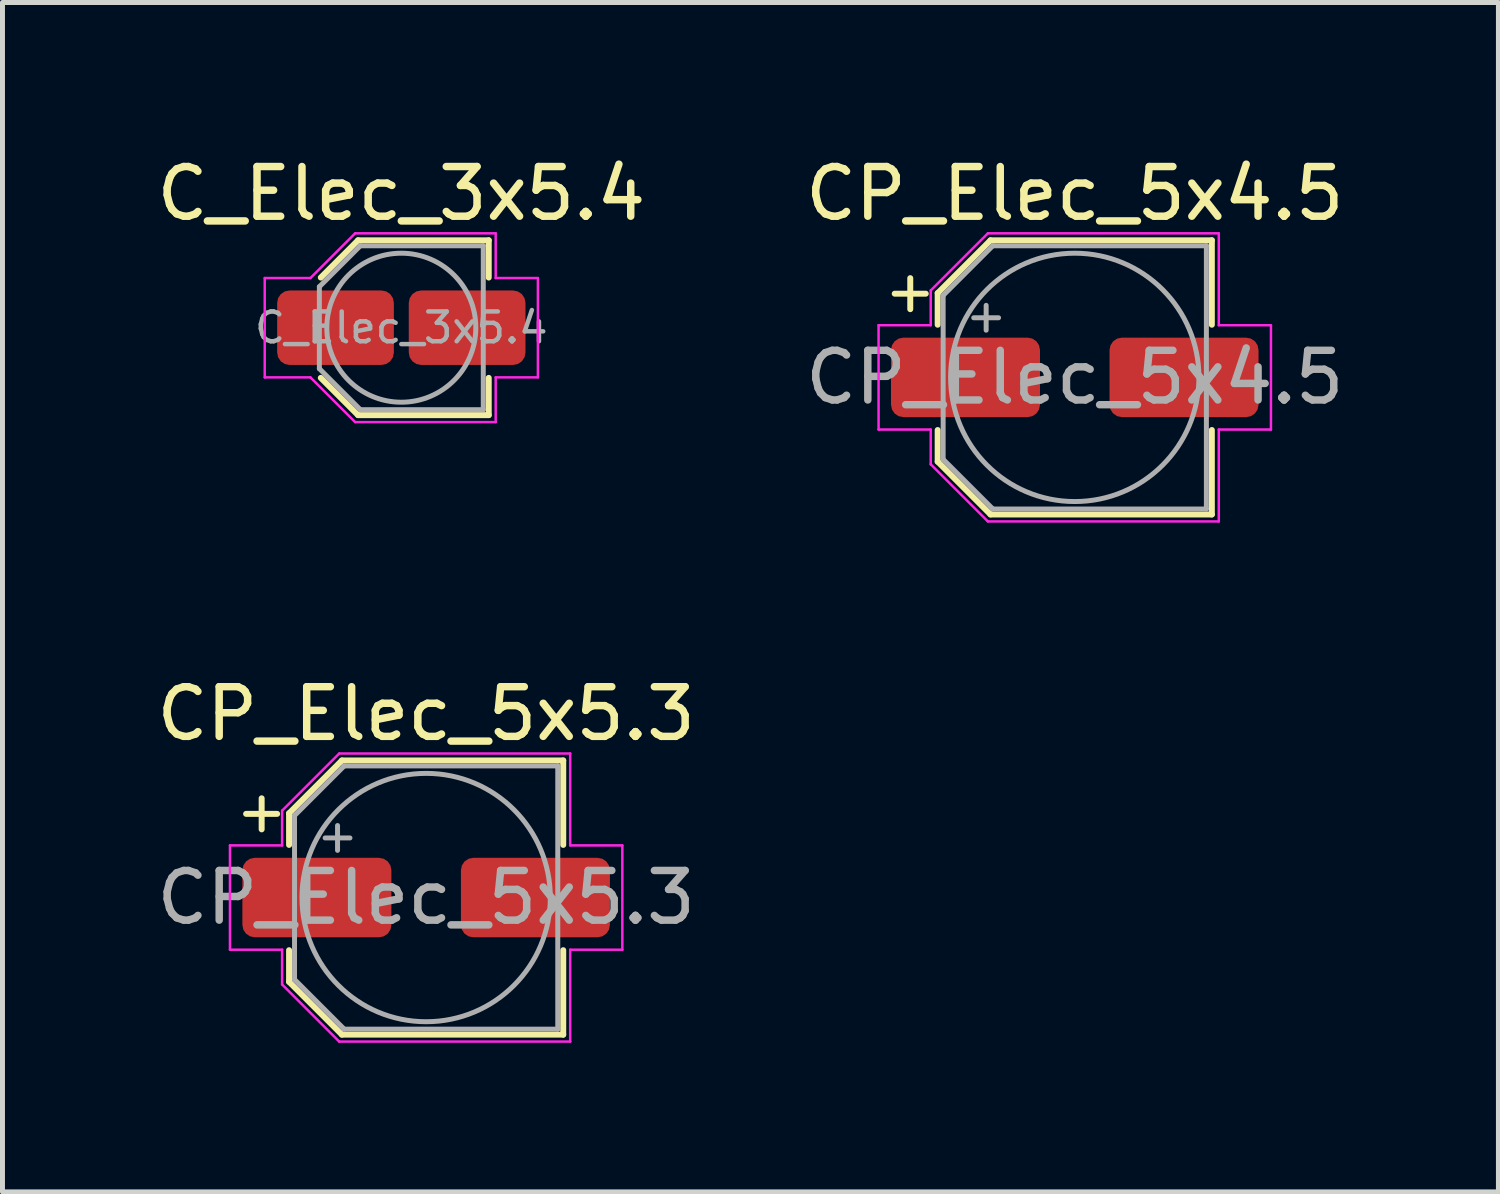
<source format=kicad_pcb>
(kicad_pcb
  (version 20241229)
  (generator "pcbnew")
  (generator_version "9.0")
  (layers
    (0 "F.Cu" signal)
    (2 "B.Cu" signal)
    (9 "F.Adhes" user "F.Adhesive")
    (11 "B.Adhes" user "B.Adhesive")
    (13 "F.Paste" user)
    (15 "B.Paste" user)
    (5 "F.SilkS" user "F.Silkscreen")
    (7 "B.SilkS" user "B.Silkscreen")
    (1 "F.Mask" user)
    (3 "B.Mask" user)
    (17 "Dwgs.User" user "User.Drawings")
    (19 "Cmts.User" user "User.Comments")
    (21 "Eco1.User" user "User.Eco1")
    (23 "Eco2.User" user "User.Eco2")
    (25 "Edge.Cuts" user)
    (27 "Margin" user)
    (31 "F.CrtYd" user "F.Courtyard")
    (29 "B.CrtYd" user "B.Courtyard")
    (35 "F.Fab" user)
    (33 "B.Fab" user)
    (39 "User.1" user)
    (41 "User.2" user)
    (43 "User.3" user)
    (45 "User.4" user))
  (footprint "C_Elec_3x5.4"
    (layer "F.Cu")
    (at 5.03 3.548)
    (property "Reference" "C_Elec_3x5.4" (at 0 -2.7 0) (layer "F.SilkS") (effects (font (size 1 1) (thickness 0.15))))
    (attr smd)
    (fp_line (start -1.621 -1.01) (end -0.871 -1.76) (stroke (width 0.12) (type solid)) (layer "F.SilkS"))
    (fp_line (start -1.621 1.01) (end -0.871 1.76) (stroke (width 0.12) (type solid)) (layer "F.SilkS"))
    (fp_line (start -0.871 -1.76) (end 1.76 -1.76) (stroke (width 0.12) (type solid)) (layer "F.SilkS"))
    (fp_line (start -0.871 1.76) (end 1.76 1.76) (stroke (width 0.12) (type solid)) (layer "F.SilkS"))
    (fp_line (start 1.76 -1.76) (end 1.76 -1.01) (stroke (width 0.12) (type solid)) (layer "F.SilkS"))
    (fp_line (start 1.76 1.76) (end 1.76 1.01) (stroke (width 0.12) (type solid)) (layer "F.SilkS"))
    (fp_line (start -2.75 -1) (end -2.75 1) (stroke (width 0.05) (type solid)) (layer "F.CrtYd"))
    (fp_line (start -2.75 1) (end -1.83 1) (stroke (width 0.05) (type solid)) (layer "F.CrtYd"))
    (fp_line (start -1.83 -1) (end -2.75 -1) (stroke (width 0.05) (type solid)) (layer "F.CrtYd"))
    (fp_line (start -1.83 -1) (end -0.93 -1.9) (stroke (width 0.05) (type solid)) (layer "F.CrtYd"))
    (fp_line (start -1.83 1) (end -0.93 1.9) (stroke (width 0.05) (type solid)) (layer "F.CrtYd"))
    (fp_line (start -0.93 -1.9) (end 1.9 -1.9) (stroke (width 0.05) (type solid)) (layer "F.CrtYd"))
    (fp_line (start -0.93 1.9) (end 1.9 1.9) (stroke (width 0.05) (type solid)) (layer "F.CrtYd"))
    (fp_line (start 1.9 -1.9) (end 1.9 -1) (stroke (width 0.05) (type solid)) (layer "F.CrtYd"))
    (fp_line (start 1.9 -1) (end 2.75 -1) (stroke (width 0.05) (type solid)) (layer "F.CrtYd"))
    (fp_line (start 1.9 1) (end 1.9 1.9) (stroke (width 0.05) (type solid)) (layer "F.CrtYd"))
    (fp_line (start 2.75 -1) (end 2.75 1) (stroke (width 0.05) (type solid)) (layer "F.CrtYd"))
    (fp_line (start 2.75 1) (end 1.9 1) (stroke (width 0.05) (type solid)) (layer "F.CrtYd"))
    (fp_line (start -1.65 -0.825) (end -1.65 0.825) (stroke (width 0.1) (type solid)) (layer "F.Fab"))
    (fp_line (start -1.65 -0.825) (end -0.825 -1.65) (stroke (width 0.1) (type solid)) (layer "F.Fab"))
    (fp_line (start -1.65 0.825) (end -0.825 1.65) (stroke (width 0.1) (type solid)) (layer "F.Fab"))
    (fp_line (start -0.825 -1.65) (end 1.65 -1.65) (stroke (width 0.1) (type solid)) (layer "F.Fab"))
    (fp_line (start -0.825 1.65) (end 1.65 1.65) (stroke (width 0.1) (type solid)) (layer "F.Fab"))
    (fp_line (start 1.65 -1.65) (end 1.65 1.65) (stroke (width 0.1) (type solid)) (layer "F.Fab"))
    (fp_circle (center 0 0) (end 1.5 0) (stroke (width 0.1) (type solid)) (fill no) (layer "F.Fab"))
    (fp_text user "${REFERENCE}" (at 0 0 0) (layer "F.Fab") (effects (font (size 0.6 0.6) (thickness 0.09))))
    (pad "1" smd roundrect (at -1.325 0) (size 2.35 1.5) (layers "F.Cu" "F.Mask" "F.Paste") (roundrect_rratio 0.167))
    (pad "2" smd roundrect (at 1.325 0) (size 2.35 1.5) (layers "F.Cu" "F.Mask" "F.Paste") (roundrect_rratio 0.167)))
  (footprint "CP_Elec_5x4.5"
    (layer "F.Cu")
    (at 18.589 4.548)
    (property "Reference" "CP_Elec_5x4.5" (at 0 -3.7 0) (layer "F.SilkS") (effects (font (size 1 1) (thickness 0.15))))
    (attr smd)
    (fp_line (start -3.625 -1.685) (end -3 -1.685) (stroke (width 0.12) (type solid)) (layer "F.SilkS"))
    (fp_line (start -3.312 -1.998) (end -3.312 -1.373) (stroke (width 0.12) (type solid)) (layer "F.SilkS"))
    (fp_line (start -2.76 -1.696) (end -2.76 -1.06) (stroke (width 0.12) (type solid)) (layer "F.SilkS"))
    (fp_line (start -2.76 -1.696) (end -1.696 -2.76) (stroke (width 0.12) (type solid)) (layer "F.SilkS"))
    (fp_line (start -2.76 1.696) (end -2.76 1.06) (stroke (width 0.12) (type solid)) (layer "F.SilkS"))
    (fp_line (start -2.76 1.696) (end -1.696 2.76) (stroke (width 0.12) (type solid)) (layer "F.SilkS"))
    (fp_line (start -1.696 -2.76) (end 2.76 -2.76) (stroke (width 0.12) (type solid)) (layer "F.SilkS"))
    (fp_line (start -1.696 2.76) (end 2.76 2.76) (stroke (width 0.12) (type solid)) (layer "F.SilkS"))
    (fp_line (start 2.76 -2.76) (end 2.76 -1.06) (stroke (width 0.12) (type solid)) (layer "F.SilkS"))
    (fp_line (start 2.76 2.76) (end 2.76 1.06) (stroke (width 0.12) (type solid)) (layer "F.SilkS"))
    (fp_line (start -3.95 -1.05) (end -3.95 1.05) (stroke (width 0.05) (type solid)) (layer "F.CrtYd"))
    (fp_line (start -3.95 1.05) (end -2.9 1.05) (stroke (width 0.05) (type solid)) (layer "F.CrtYd"))
    (fp_line (start -2.9 -1.75) (end -2.9 -1.05) (stroke (width 0.05) (type solid)) (layer "F.CrtYd"))
    (fp_line (start -2.9 -1.75) (end -1.75 -2.9) (stroke (width 0.05) (type solid)) (layer "F.CrtYd"))
    (fp_line (start -2.9 -1.05) (end -3.95 -1.05) (stroke (width 0.05) (type solid)) (layer "F.CrtYd"))
    (fp_line (start -2.9 1.05) (end -2.9 1.75) (stroke (width 0.05) (type solid)) (layer "F.CrtYd"))
    (fp_line (start -2.9 1.75) (end -1.75 2.9) (stroke (width 0.05) (type solid)) (layer "F.CrtYd"))
    (fp_line (start -1.75 -2.9) (end 2.9 -2.9) (stroke (width 0.05) (type solid)) (layer "F.CrtYd"))
    (fp_line (start -1.75 2.9) (end 2.9 2.9) (stroke (width 0.05) (type solid)) (layer "F.CrtYd"))
    (fp_line (start 2.9 -2.9) (end 2.9 -1.05) (stroke (width 0.05) (type solid)) (layer "F.CrtYd"))
    (fp_line (start 2.9 -1.05) (end 3.95 -1.05) (stroke (width 0.05) (type solid)) (layer "F.CrtYd"))
    (fp_line (start 2.9 1.05) (end 2.9 2.9) (stroke (width 0.05) (type solid)) (layer "F.CrtYd"))
    (fp_line (start 3.95 -1.05) (end 3.95 1.05) (stroke (width 0.05) (type solid)) (layer "F.CrtYd"))
    (fp_line (start 3.95 1.05) (end 2.9 1.05) (stroke (width 0.05) (type solid)) (layer "F.CrtYd"))
    (fp_line (start -2.65 -1.65) (end -2.65 1.65) (stroke (width 0.1) (type solid)) (layer "F.Fab"))
    (fp_line (start -2.65 -1.65) (end -1.65 -2.65) (stroke (width 0.1) (type solid)) (layer "F.Fab"))
    (fp_line (start -2.65 1.65) (end -1.65 2.65) (stroke (width 0.1) (type solid)) (layer "F.Fab"))
    (fp_line (start -2.034 -1.2) (end -1.534 -1.2) (stroke (width 0.1) (type solid)) (layer "F.Fab"))
    (fp_line (start -1.784 -1.45) (end -1.784 -0.95) (stroke (width 0.1) (type solid)) (layer "F.Fab"))
    (fp_line (start -1.65 -2.65) (end 2.65 -2.65) (stroke (width 0.1) (type solid)) (layer "F.Fab"))
    (fp_line (start -1.65 2.65) (end 2.65 2.65) (stroke (width 0.1) (type solid)) (layer "F.Fab"))
    (fp_line (start 2.65 -2.65) (end 2.65 2.65) (stroke (width 0.1) (type solid)) (layer "F.Fab"))
    (fp_circle (center 0 0) (end 2.5 0) (stroke (width 0.1) (type solid)) (fill no) (layer "F.Fab"))
    (fp_text user "${REFERENCE}" (at 0 0 0) (layer "F.Fab") (effects (font (size 1 1) (thickness 0.15))))
    (pad "1" smd roundrect (at -2.2 0) (size 3 1.6) (layers "F.Cu" "F.Mask" "F.Paste") (roundrect_rratio 0.156))
    (pad "2" smd roundrect (at 2.2 0) (size 3 1.6) (layers "F.Cu" "F.Mask" "F.Paste") (roundrect_rratio 0.156)))
  (footprint "CP_Elec_5x5.3"
    (layer "F.Cu")
    (at 5.53 15.021)
    (property "Reference" "CP_Elec_5x5.3" (at 0 -3.7 0) (layer "F.SilkS") (effects (font (size 1 1) (thickness 0.15))))
    (attr smd)
    (fp_line (start -3.625 -1.685) (end -3 -1.685) (stroke (width 0.12) (type solid)) (layer "F.SilkS"))
    (fp_line (start -3.312 -1.998) (end -3.312 -1.373) (stroke (width 0.12) (type solid)) (layer "F.SilkS"))
    (fp_line (start -2.76 -1.696) (end -2.76 -1.06) (stroke (width 0.12) (type solid)) (layer "F.SilkS"))
    (fp_line (start -2.76 -1.696) (end -1.696 -2.76) (stroke (width 0.12) (type solid)) (layer "F.SilkS"))
    (fp_line (start -2.76 1.696) (end -2.76 1.06) (stroke (width 0.12) (type solid)) (layer "F.SilkS"))
    (fp_line (start -2.76 1.696) (end -1.696 2.76) (stroke (width 0.12) (type solid)) (layer "F.SilkS"))
    (fp_line (start -1.696 -2.76) (end 2.76 -2.76) (stroke (width 0.12) (type solid)) (layer "F.SilkS"))
    (fp_line (start -1.696 2.76) (end 2.76 2.76) (stroke (width 0.12) (type solid)) (layer "F.SilkS"))
    (fp_line (start 2.76 -2.76) (end 2.76 -1.06) (stroke (width 0.12) (type solid)) (layer "F.SilkS"))
    (fp_line (start 2.76 2.76) (end 2.76 1.06) (stroke (width 0.12) (type solid)) (layer "F.SilkS"))
    (fp_line (start -3.95 -1.05) (end -3.95 1.05) (stroke (width 0.05) (type solid)) (layer "F.CrtYd"))
    (fp_line (start -3.95 1.05) (end -2.9 1.05) (stroke (width 0.05) (type solid)) (layer "F.CrtYd"))
    (fp_line (start -2.9 -1.75) (end -2.9 -1.05) (stroke (width 0.05) (type solid)) (layer "F.CrtYd"))
    (fp_line (start -2.9 -1.75) (end -1.75 -2.9) (stroke (width 0.05) (type solid)) (layer "F.CrtYd"))
    (fp_line (start -2.9 -1.05) (end -3.95 -1.05) (stroke (width 0.05) (type solid)) (layer "F.CrtYd"))
    (fp_line (start -2.9 1.05) (end -2.9 1.75) (stroke (width 0.05) (type solid)) (layer "F.CrtYd"))
    (fp_line (start -2.9 1.75) (end -1.75 2.9) (stroke (width 0.05) (type solid)) (layer "F.CrtYd"))
    (fp_line (start -1.75 -2.9) (end 2.9 -2.9) (stroke (width 0.05) (type solid)) (layer "F.CrtYd"))
    (fp_line (start -1.75 2.9) (end 2.9 2.9) (stroke (width 0.05) (type solid)) (layer "F.CrtYd"))
    (fp_line (start 2.9 -2.9) (end 2.9 -1.05) (stroke (width 0.05) (type solid)) (layer "F.CrtYd"))
    (fp_line (start 2.9 -1.05) (end 3.95 -1.05) (stroke (width 0.05) (type solid)) (layer "F.CrtYd"))
    (fp_line (start 2.9 1.05) (end 2.9 2.9) (stroke (width 0.05) (type solid)) (layer "F.CrtYd"))
    (fp_line (start 3.95 -1.05) (end 3.95 1.05) (stroke (width 0.05) (type solid)) (layer "F.CrtYd"))
    (fp_line (start 3.95 1.05) (end 2.9 1.05) (stroke (width 0.05) (type solid)) (layer "F.CrtYd"))
    (fp_line (start -2.65 -1.65) (end -2.65 1.65) (stroke (width 0.1) (type solid)) (layer "F.Fab"))
    (fp_line (start -2.65 -1.65) (end -1.65 -2.65) (stroke (width 0.1) (type solid)) (layer "F.Fab"))
    (fp_line (start -2.65 1.65) (end -1.65 2.65) (stroke (width 0.1) (type solid)) (layer "F.Fab"))
    (fp_line (start -2.034 -1.2) (end -1.534 -1.2) (stroke (width 0.1) (type solid)) (layer "F.Fab"))
    (fp_line (start -1.784 -1.45) (end -1.784 -0.95) (stroke (width 0.1) (type solid)) (layer "F.Fab"))
    (fp_line (start -1.65 -2.65) (end 2.65 -2.65) (stroke (width 0.1) (type solid)) (layer "F.Fab"))
    (fp_line (start -1.65 2.65) (end 2.65 2.65) (stroke (width 0.1) (type solid)) (layer "F.Fab"))
    (fp_line (start 2.65 -2.65) (end 2.65 2.65) (stroke (width 0.1) (type solid)) (layer "F.Fab"))
    (fp_circle (center 0 0) (end 2.5 0) (stroke (width 0.1) (type solid)) (fill no) (layer "F.Fab"))
    (fp_text user "${REFERENCE}" (at 0 0 0) (layer "F.Fab") (effects (font (size 1 1) (thickness 0.15))))
    (pad "1" smd roundrect (at -2.2 0) (size 3 1.6) (layers "F.Cu" "F.Mask" "F.Paste") (roundrect_rratio 0.156))
    (pad "2" smd roundrect (at 2.2 0) (size 3 1.6) (layers "F.Cu" "F.Mask" "F.Paste") (roundrect_rratio 0.156)))
  (gr_rect
    (start -3 -3)
    (end 27.119 20.947)
    (stroke (width 0.1) (type default))
    (fill no)
    (layer "Edge.Cuts")))
</source>
